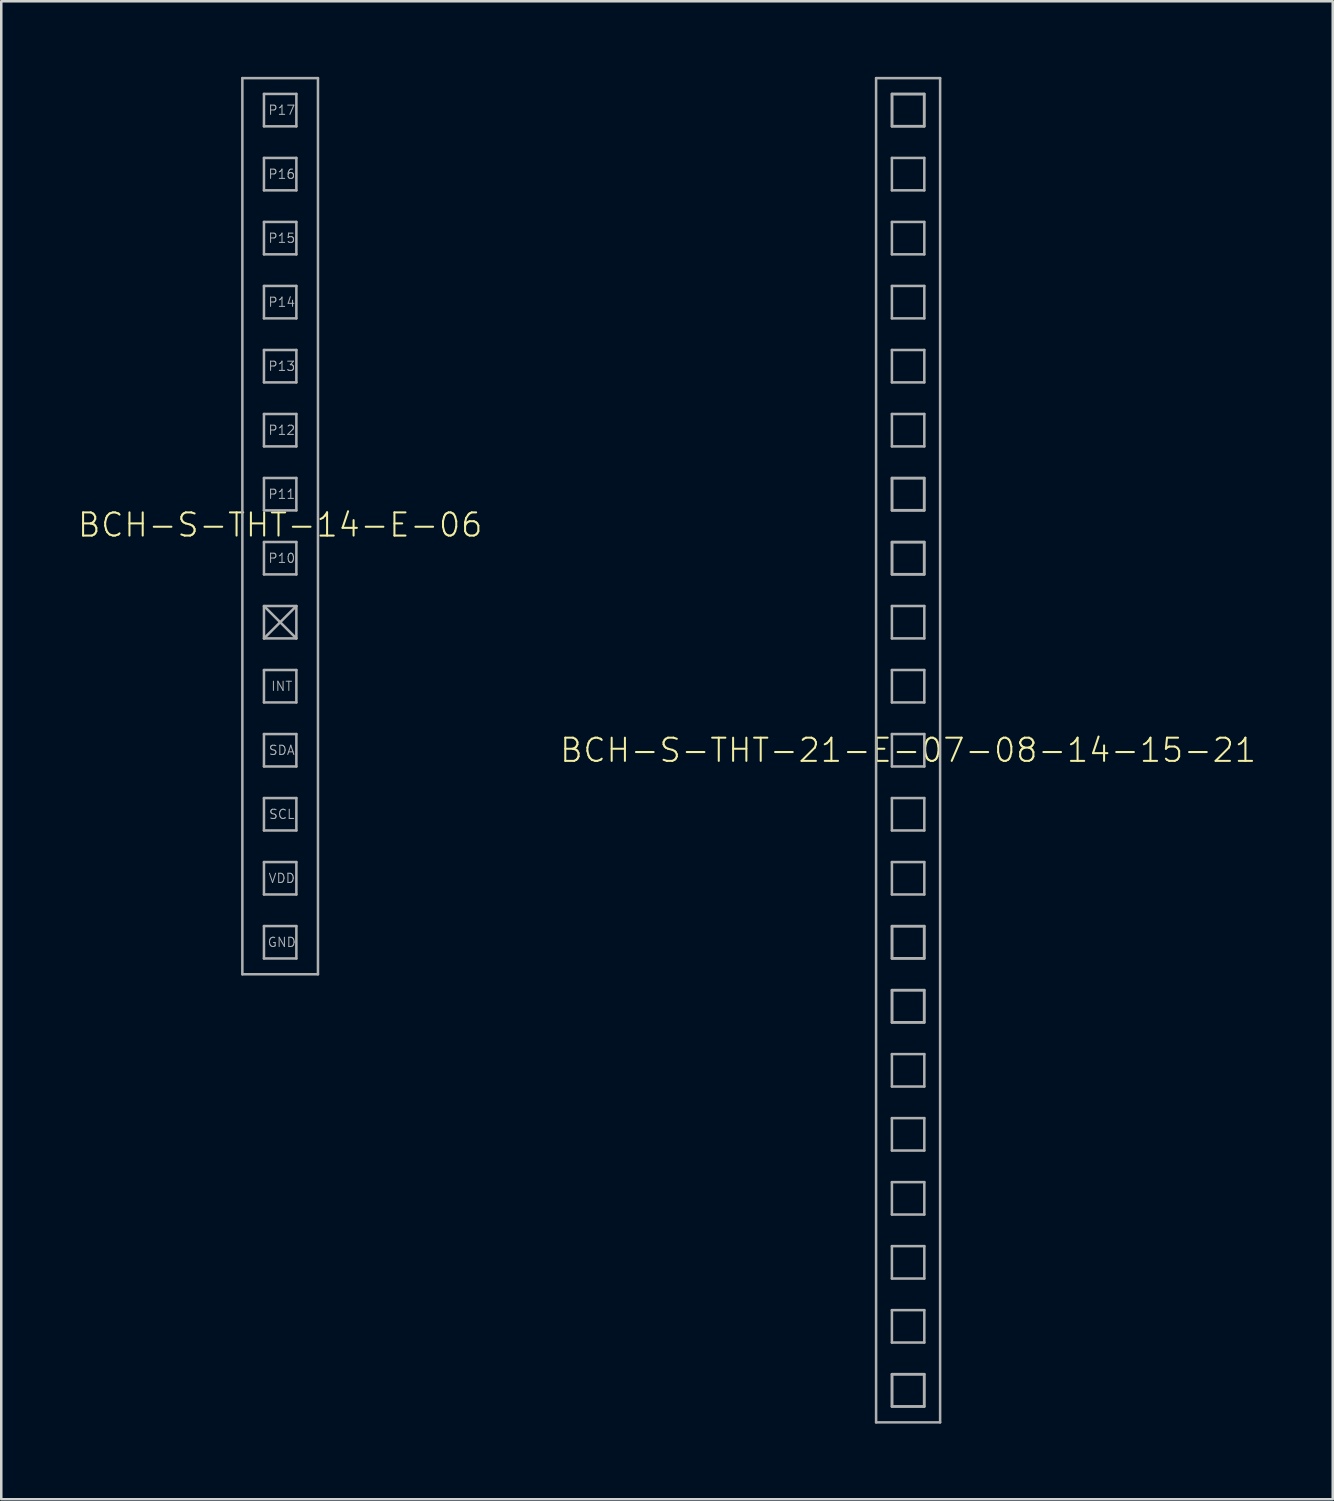
<source format=kicad_pcb>
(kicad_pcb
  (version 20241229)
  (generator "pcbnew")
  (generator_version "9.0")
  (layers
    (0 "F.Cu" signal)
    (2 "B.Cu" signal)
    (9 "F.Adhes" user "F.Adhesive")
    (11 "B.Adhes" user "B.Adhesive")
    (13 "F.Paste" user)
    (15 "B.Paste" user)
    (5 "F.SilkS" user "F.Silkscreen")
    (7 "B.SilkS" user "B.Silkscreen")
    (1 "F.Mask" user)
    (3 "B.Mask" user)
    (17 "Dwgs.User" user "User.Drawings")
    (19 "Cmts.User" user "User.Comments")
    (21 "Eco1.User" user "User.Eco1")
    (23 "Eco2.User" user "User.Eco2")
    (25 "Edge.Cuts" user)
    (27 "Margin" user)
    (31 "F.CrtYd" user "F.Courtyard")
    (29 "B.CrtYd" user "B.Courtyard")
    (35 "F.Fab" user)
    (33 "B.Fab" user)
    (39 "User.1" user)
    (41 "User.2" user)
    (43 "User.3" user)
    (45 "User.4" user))
  (footprint "BCH-S-THT-21-E-07-08-14-15-21"
    (layer "F.Cu")
    (at 32.984 26.72)
    (property "Reference" "BCH-S-THT-21-E-07-08-14-15-21" (at 0 0 0) (unlocked yes) (layer "F.SilkS") (effects (font (size 0.92 0.92) (thickness 0.08))))
    (fp_line (start -1.27 -26.67) (end -1.27 26.67) (stroke (width 0.1) (type solid)) (layer "F.Fab"))
    (fp_line (start -1.27 -26.67) (end 1.27 -26.67) (stroke (width 0.1) (type solid)) (layer "F.Fab"))
    (fp_line (start -1.27 26.67) (end 1.27 26.67) (stroke (width 0.1) (type solid)) (layer "F.Fab"))
    (fp_line (start -0.643 -26.043) (end -0.643 -24.757) (stroke (width 0.1) (type solid)) (layer "F.Fab"))
    (fp_line (start -0.643 -24.757) (end 0.643 -24.757) (stroke (width 0.1) (type solid)) (layer "F.Fab"))
    (fp_line (start -0.643 -23.503) (end 0.643 -23.503) (stroke (width 0.1) (type solid)) (layer "F.Fab"))
    (fp_line (start -0.643 -22.217) (end -0.643 -23.503) (stroke (width 0.1) (type solid)) (layer "F.Fab"))
    (fp_line (start -0.643 -20.963) (end 0.643 -20.963) (stroke (width 0.1) (type solid)) (layer "F.Fab"))
    (fp_line (start -0.643 -19.677) (end -0.643 -20.963) (stroke (width 0.1) (type solid)) (layer "F.Fab"))
    (fp_line (start -0.643 -18.423) (end 0.643 -18.423) (stroke (width 0.1) (type solid)) (layer "F.Fab"))
    (fp_line (start -0.643 -17.137) (end -0.643 -18.423) (stroke (width 0.1) (type solid)) (layer "F.Fab"))
    (fp_line (start -0.643 -15.883) (end 0.643 -15.883) (stroke (width 0.1) (type solid)) (layer "F.Fab"))
    (fp_line (start -0.643 -14.597) (end -0.643 -15.883) (stroke (width 0.1) (type solid)) (layer "F.Fab"))
    (fp_line (start -0.643 -13.343) (end 0.643 -13.343) (stroke (width 0.1) (type solid)) (layer "F.Fab"))
    (fp_line (start -0.643 -12.057) (end -0.643 -13.343) (stroke (width 0.1) (type solid)) (layer "F.Fab"))
    (fp_line (start -0.643 -10.803) (end -0.643 -9.517) (stroke (width 0.1) (type solid)) (layer "F.Fab"))
    (fp_line (start -0.643 -9.517) (end 0.643 -9.517) (stroke (width 0.1) (type solid)) (layer "F.Fab"))
    (fp_line (start -0.643 -8.263) (end -0.643 -6.977) (stroke (width 0.1) (type solid)) (layer "F.Fab"))
    (fp_line (start -0.643 -6.977) (end 0.643 -6.977) (stroke (width 0.1) (type solid)) (layer "F.Fab"))
    (fp_line (start -0.643 -5.723) (end -0.643 -4.437) (stroke (width 0.1) (type solid)) (layer "F.Fab"))
    (fp_line (start -0.643 -4.437) (end 0.643 -4.437) (stroke (width 0.1) (type solid)) (layer "F.Fab"))
    (fp_line (start -0.643 -3.183) (end -0.643 -1.897) (stroke (width 0.1) (type solid)) (layer "F.Fab"))
    (fp_line (start -0.643 -1.897) (end 0.643 -1.897) (stroke (width 0.1) (type solid)) (layer "F.Fab"))
    (fp_line (start -0.643 -0.643) (end -0.643 0.643) (stroke (width 0.1) (type solid)) (layer "F.Fab"))
    (fp_line (start -0.643 0.643) (end 0.643 0.643) (stroke (width 0.1) (type solid)) (layer "F.Fab"))
    (fp_line (start -0.643 1.897) (end -0.643 3.183) (stroke (width 0.1) (type solid)) (layer "F.Fab"))
    (fp_line (start -0.643 3.183) (end 0.643 3.183) (stroke (width 0.1) (type solid)) (layer "F.Fab"))
    (fp_line (start -0.643 4.437) (end -0.643 5.723) (stroke (width 0.1) (type solid)) (layer "F.Fab"))
    (fp_line (start -0.643 5.723) (end 0.643 5.723) (stroke (width 0.1) (type solid)) (layer "F.Fab"))
    (fp_line (start -0.643 6.977) (end -0.643 8.263) (stroke (width 0.1) (type solid)) (layer "F.Fab"))
    (fp_line (start -0.643 8.263) (end 0.643 8.263) (stroke (width 0.1) (type solid)) (layer "F.Fab"))
    (fp_line (start -0.643 9.517) (end -0.643 10.803) (stroke (width 0.1) (type solid)) (layer "F.Fab"))
    (fp_line (start -0.643 10.803) (end 0.643 10.803) (stroke (width 0.1) (type solid)) (layer "F.Fab"))
    (fp_line (start -0.643 12.057) (end -0.643 13.343) (stroke (width 0.1) (type solid)) (layer "F.Fab"))
    (fp_line (start -0.643 13.343) (end 0.643 13.343) (stroke (width 0.1) (type solid)) (layer "F.Fab"))
    (fp_line (start -0.643 14.597) (end -0.643 15.883) (stroke (width 0.1) (type solid)) (layer "F.Fab"))
    (fp_line (start -0.643 15.883) (end 0.643 15.883) (stroke (width 0.1) (type solid)) (layer "F.Fab"))
    (fp_line (start -0.643 17.137) (end -0.643 18.423) (stroke (width 0.1) (type solid)) (layer "F.Fab"))
    (fp_line (start -0.643 18.423) (end 0.643 18.423) (stroke (width 0.1) (type solid)) (layer "F.Fab"))
    (fp_line (start -0.643 19.677) (end -0.643 20.963) (stroke (width 0.1) (type solid)) (layer "F.Fab"))
    (fp_line (start -0.643 20.963) (end 0.643 20.963) (stroke (width 0.1) (type solid)) (layer "F.Fab"))
    (fp_line (start -0.643 22.217) (end -0.643 23.503) (stroke (width 0.1) (type solid)) (layer "F.Fab"))
    (fp_line (start -0.643 23.503) (end 0.643 23.503) (stroke (width 0.1) (type solid)) (layer "F.Fab"))
    (fp_line (start -0.643 24.757) (end -0.643 26.043) (stroke (width 0.1) (type solid)) (layer "F.Fab"))
    (fp_line (start -0.643 26.043) (end 0.643 26.043) (stroke (width 0.1) (type solid)) (layer "F.Fab"))
    (fp_line (start 0.643 -26.043) (end -0.643 -26.043) (stroke (width 0.1) (type solid)) (layer "F.Fab"))
    (fp_line (start 0.643 -24.757) (end 0.643 -26.043) (stroke (width 0.1) (type solid)) (layer "F.Fab"))
    (fp_line (start 0.643 -23.503) (end 0.643 -22.217) (stroke (width 0.1) (type solid)) (layer "F.Fab"))
    (fp_line (start 0.643 -22.217) (end -0.643 -22.217) (stroke (width 0.1) (type solid)) (layer "F.Fab"))
    (fp_line (start 0.643 -20.963) (end 0.643 -19.677) (stroke (width 0.1) (type solid)) (layer "F.Fab"))
    (fp_line (start 0.643 -19.677) (end -0.643 -19.677) (stroke (width 0.1) (type solid)) (layer "F.Fab"))
    (fp_line (start 0.643 -18.423) (end 0.643 -17.137) (stroke (width 0.1) (type solid)) (layer "F.Fab"))
    (fp_line (start 0.643 -17.137) (end -0.643 -17.137) (stroke (width 0.1) (type solid)) (layer "F.Fab"))
    (fp_line (start 0.643 -15.883) (end 0.643 -14.597) (stroke (width 0.1) (type solid)) (layer "F.Fab"))
    (fp_line (start 0.643 -14.597) (end -0.643 -14.597) (stroke (width 0.1) (type solid)) (layer "F.Fab"))
    (fp_line (start 0.643 -13.343) (end 0.643 -12.057) (stroke (width 0.1) (type solid)) (layer "F.Fab"))
    (fp_line (start 0.643 -12.057) (end -0.643 -12.057) (stroke (width 0.1) (type solid)) (layer "F.Fab"))
    (fp_line (start 0.643 -10.803) (end -0.643 -10.803) (stroke (width 0.1) (type solid)) (layer "F.Fab"))
    (fp_line (start 0.643 -9.517) (end 0.643 -10.803) (stroke (width 0.1) (type solid)) (layer "F.Fab"))
    (fp_line (start 0.643 -8.263) (end -0.643 -8.263) (stroke (width 0.1) (type solid)) (layer "F.Fab"))
    (fp_line (start 0.643 -6.977) (end 0.643 -8.263) (stroke (width 0.1) (type solid)) (layer "F.Fab"))
    (fp_line (start 0.643 -5.723) (end -0.643 -5.723) (stroke (width 0.1) (type solid)) (layer "F.Fab"))
    (fp_line (start 0.643 -4.437) (end 0.643 -5.723) (stroke (width 0.1) (type solid)) (layer "F.Fab"))
    (fp_line (start 0.643 -3.183) (end -0.643 -3.183) (stroke (width 0.1) (type solid)) (layer "F.Fab"))
    (fp_line (start 0.643 -1.897) (end 0.643 -3.183) (stroke (width 0.1) (type solid)) (layer "F.Fab"))
    (fp_line (start 0.643 -0.643) (end -0.643 -0.643) (stroke (width 0.1) (type solid)) (layer "F.Fab"))
    (fp_line (start 0.643 0.643) (end 0.643 -0.643) (stroke (width 0.1) (type solid)) (layer "F.Fab"))
    (fp_line (start 0.643 1.897) (end -0.643 1.897) (stroke (width 0.1) (type solid)) (layer "F.Fab"))
    (fp_line (start 0.643 3.183) (end 0.643 1.897) (stroke (width 0.1) (type solid)) (layer "F.Fab"))
    (fp_line (start 0.643 4.437) (end -0.643 4.437) (stroke (width 0.1) (type solid)) (layer "F.Fab"))
    (fp_line (start 0.643 5.723) (end 0.643 4.437) (stroke (width 0.1) (type solid)) (layer "F.Fab"))
    (fp_line (start 0.643 6.977) (end -0.643 6.977) (stroke (width 0.1) (type solid)) (layer "F.Fab"))
    (fp_line (start 0.643 8.263) (end 0.643 6.977) (stroke (width 0.1) (type solid)) (layer "F.Fab"))
    (fp_line (start 0.643 9.517) (end -0.643 9.517) (stroke (width 0.1) (type solid)) (layer "F.Fab"))
    (fp_line (start 0.643 10.803) (end 0.643 9.517) (stroke (width 0.1) (type solid)) (layer "F.Fab"))
    (fp_line (start 0.643 12.057) (end -0.643 12.057) (stroke (width 0.1) (type solid)) (layer "F.Fab"))
    (fp_line (start 0.643 13.343) (end 0.643 12.057) (stroke (width 0.1) (type solid)) (layer "F.Fab"))
    (fp_line (start 0.643 14.597) (end -0.643 14.597) (stroke (width 0.1) (type solid)) (layer "F.Fab"))
    (fp_line (start 0.643 15.883) (end 0.643 14.597) (stroke (width 0.1) (type solid)) (layer "F.Fab"))
    (fp_line (start 0.643 17.137) (end -0.643 17.137) (stroke (width 0.1) (type solid)) (layer "F.Fab"))
    (fp_line (start 0.643 18.423) (end 0.643 17.137) (stroke (width 0.1) (type solid)) (layer "F.Fab"))
    (fp_line (start 0.643 19.677) (end -0.643 19.677) (stroke (width 0.1) (type solid)) (layer "F.Fab"))
    (fp_line (start 0.643 20.963) (end 0.643 19.677) (stroke (width 0.1) (type solid)) (layer "F.Fab"))
    (fp_line (start 0.643 22.217) (end -0.643 22.217) (stroke (width 0.1) (type solid)) (layer "F.Fab"))
    (fp_line (start 0.643 23.503) (end 0.643 22.217) (stroke (width 0.1) (type solid)) (layer "F.Fab"))
    (fp_line (start 0.643 24.757) (end -0.643 24.757) (stroke (width 0.1) (type solid)) (layer "F.Fab"))
    (fp_line (start 0.643 26.043) (end 0.643 24.757) (stroke (width 0.1) (type solid)) (layer "F.Fab"))
    (fp_line (start 1.27 26.67) (end 1.27 -26.67) (stroke (width 0.1) (type solid)) (layer "F.Fab"))
    (fp_poly (pts (xy -0.635 -24.765) (xy 0.635 -24.765) (xy 0.635 -26.035) (xy -0.635 -26.035)) (stroke (width 0.1) (type default)) (fill no) (layer "F.Fab"))
    (fp_poly (pts (xy -0.635 -9.525) (xy 0.635 -9.525) (xy 0.635 -10.795) (xy -0.635 -10.795)) (stroke (width 0.1) (type default)) (fill no) (layer "F.Fab"))
    (fp_poly (pts (xy -0.635 -6.985) (xy 0.635 -6.985) (xy 0.635 -8.255) (xy -0.635 -8.255)) (stroke (width 0.1) (type default)) (fill no) (layer "F.Fab"))
    (fp_poly (pts (xy -0.635 8.255) (xy 0.635 8.255) (xy 0.635 6.985) (xy -0.635 6.985)) (stroke (width 0.1) (type default)) (fill no) (layer "F.Fab"))
    (fp_poly (pts (xy -0.635 10.795) (xy 0.635 10.795) (xy 0.635 9.525) (xy -0.635 9.525)) (stroke (width 0.1) (type default)) (fill no) (layer "F.Fab"))
    (fp_poly (pts (xy -0.635 26.035) (xy 0.635 26.035) (xy 0.635 24.765) (xy -0.635 24.765)) (stroke (width 0.1) (type default)) (fill no) (layer "F.Fab")))
  (footprint "BCH-S-THT-14-E-06"
    (layer "F.Cu")
    (at 8.067 17.83)
    (property "Reference" "BCH-S-THT-14-E-06" (at 0 -0.05 0) (unlocked yes) (layer "F.SilkS") (effects (font (size 0.92 0.92) (thickness 0.08))))
    (fp_line (start -1.5 -17.78) (end -1.5 17.78) (stroke (width 0.1) (type solid)) (layer "F.Fab"))
    (fp_line (start -1.5 17.78) (end 1.5 17.78) (stroke (width 0.1) (type solid)) (layer "F.Fab"))
    (fp_line (start -0.643 -17.153) (end -0.643 -15.867) (stroke (width 0.1) (type solid)) (layer "F.Fab"))
    (fp_line (start -0.643 -15.867) (end 0.643 -15.867) (stroke (width 0.1) (type solid)) (layer "F.Fab"))
    (fp_line (start -0.643 -14.613) (end -0.643 -13.327) (stroke (width 0.1) (type solid)) (layer "F.Fab"))
    (fp_line (start -0.643 -13.327) (end 0.643 -13.327) (stroke (width 0.1) (type solid)) (layer "F.Fab"))
    (fp_line (start -0.643 -12.073) (end -0.643 -10.787) (stroke (width 0.1) (type solid)) (layer "F.Fab"))
    (fp_line (start -0.643 -10.787) (end 0.643 -10.787) (stroke (width 0.1) (type solid)) (layer "F.Fab"))
    (fp_line (start -0.643 -9.533) (end -0.643 -8.247) (stroke (width 0.1) (type solid)) (layer "F.Fab"))
    (fp_line (start -0.643 -8.247) (end 0.643 -8.247) (stroke (width 0.1) (type solid)) (layer "F.Fab"))
    (fp_line (start -0.643 -6.993) (end -0.643 -5.707) (stroke (width 0.1) (type solid)) (layer "F.Fab"))
    (fp_line (start -0.643 -5.707) (end 0.643 -5.707) (stroke (width 0.1) (type solid)) (layer "F.Fab"))
    (fp_line (start -0.643 -4.453) (end -0.643 -3.167) (stroke (width 0.1) (type solid)) (layer "F.Fab"))
    (fp_line (start -0.643 -3.167) (end 0.643 -3.167) (stroke (width 0.1) (type solid)) (layer "F.Fab"))
    (fp_line (start -0.643 -1.913) (end -0.643 -0.627) (stroke (width 0.1) (type solid)) (layer "F.Fab"))
    (fp_line (start -0.643 -0.627) (end 0.643 -0.627) (stroke (width 0.1) (type solid)) (layer "F.Fab"))
    (fp_line (start -0.643 0.627) (end -0.643 1.913) (stroke (width 0.1) (type solid)) (layer "F.Fab"))
    (fp_line (start -0.643 1.913) (end 0.643 1.913) (stroke (width 0.1) (type solid)) (layer "F.Fab"))
    (fp_line (start -0.643 3.167) (end -0.643 4.453) (stroke (width 0.1) (type solid)) (layer "F.Fab"))
    (fp_line (start -0.643 4.453) (end 0.643 4.453) (stroke (width 0.1) (type solid)) (layer "F.Fab"))
    (fp_line (start -0.643 5.707) (end -0.643 6.993) (stroke (width 0.1) (type solid)) (layer "F.Fab"))
    (fp_line (start -0.643 6.993) (end 0.643 6.993) (stroke (width 0.1) (type solid)) (layer "F.Fab"))
    (fp_line (start -0.643 8.247) (end -0.643 9.533) (stroke (width 0.1) (type solid)) (layer "F.Fab"))
    (fp_line (start -0.643 9.533) (end 0.643 9.533) (stroke (width 0.1) (type solid)) (layer "F.Fab"))
    (fp_line (start -0.643 10.787) (end -0.643 12.073) (stroke (width 0.1) (type solid)) (layer "F.Fab"))
    (fp_line (start -0.643 12.073) (end 0.643 12.073) (stroke (width 0.1) (type solid)) (layer "F.Fab"))
    (fp_line (start -0.643 13.327) (end -0.643 14.613) (stroke (width 0.1) (type solid)) (layer "F.Fab"))
    (fp_line (start -0.643 14.613) (end 0.643 14.613) (stroke (width 0.1) (type solid)) (layer "F.Fab"))
    (fp_line (start -0.643 15.867) (end -0.643 17.153) (stroke (width 0.1) (type solid)) (layer "F.Fab"))
    (fp_line (start -0.643 17.153) (end 0.643 17.153) (stroke (width 0.1) (type solid)) (layer "F.Fab"))
    (fp_line (start -0.635 3.175) (end 0.635 4.445) (stroke (width 0.1) (type solid)) (layer "F.Fab"))
    (fp_line (start -0.635 4.445) (end 0.635 3.175) (stroke (width 0.1) (type solid)) (layer "F.Fab"))
    (fp_line (start 0.643 -17.153) (end -0.643 -17.153) (stroke (width 0.1) (type solid)) (layer "F.Fab"))
    (fp_line (start 0.643 -15.867) (end 0.643 -17.153) (stroke (width 0.1) (type solid)) (layer "F.Fab"))
    (fp_line (start 0.643 -14.613) (end -0.643 -14.613) (stroke (width 0.1) (type solid)) (layer "F.Fab"))
    (fp_line (start 0.643 -13.327) (end 0.643 -14.613) (stroke (width 0.1) (type solid)) (layer "F.Fab"))
    (fp_line (start 0.643 -12.073) (end -0.643 -12.073) (stroke (width 0.1) (type solid)) (layer "F.Fab"))
    (fp_line (start 0.643 -10.787) (end 0.643 -12.073) (stroke (width 0.1) (type solid)) (layer "F.Fab"))
    (fp_line (start 0.643 -9.533) (end -0.643 -9.533) (stroke (width 0.1) (type solid)) (layer "F.Fab"))
    (fp_line (start 0.643 -8.247) (end 0.643 -9.533) (stroke (width 0.1) (type solid)) (layer "F.Fab"))
    (fp_line (start 0.643 -6.993) (end -0.643 -6.993) (stroke (width 0.1) (type solid)) (layer "F.Fab"))
    (fp_line (start 0.643 -5.707) (end 0.643 -6.993) (stroke (width 0.1) (type solid)) (layer "F.Fab"))
    (fp_line (start 0.643 -4.453) (end -0.643 -4.453) (stroke (width 0.1) (type solid)) (layer "F.Fab"))
    (fp_line (start 0.643 -3.167) (end 0.643 -4.453) (stroke (width 0.1) (type solid)) (layer "F.Fab"))
    (fp_line (start 0.643 -1.913) (end -0.643 -1.913) (stroke (width 0.1) (type solid)) (layer "F.Fab"))
    (fp_line (start 0.643 -0.627) (end 0.643 -1.913) (stroke (width 0.1) (type solid)) (layer "F.Fab"))
    (fp_line (start 0.643 0.627) (end -0.643 0.627) (stroke (width 0.1) (type solid)) (layer "F.Fab"))
    (fp_line (start 0.643 1.913) (end 0.643 0.627) (stroke (width 0.1) (type solid)) (layer "F.Fab"))
    (fp_line (start 0.643 3.167) (end -0.643 3.167) (stroke (width 0.1) (type solid)) (layer "F.Fab"))
    (fp_line (start 0.643 4.453) (end 0.643 3.167) (stroke (width 0.1) (type solid)) (layer "F.Fab"))
    (fp_line (start 0.643 5.707) (end -0.643 5.707) (stroke (width 0.1) (type solid)) (layer "F.Fab"))
    (fp_line (start 0.643 6.993) (end 0.643 5.707) (stroke (width 0.1) (type solid)) (layer "F.Fab"))
    (fp_line (start 0.643 8.247) (end -0.643 8.247) (stroke (width 0.1) (type solid)) (layer "F.Fab"))
    (fp_line (start 0.643 9.533) (end 0.643 8.247) (stroke (width 0.1) (type solid)) (layer "F.Fab"))
    (fp_line (start 0.643 10.787) (end -0.643 10.787) (stroke (width 0.1) (type solid)) (layer "F.Fab"))
    (fp_line (start 0.643 12.073) (end 0.643 10.787) (stroke (width 0.1) (type solid)) (layer "F.Fab"))
    (fp_line (start 0.643 13.327) (end -0.643 13.327) (stroke (width 0.1) (type solid)) (layer "F.Fab"))
    (fp_line (start 0.643 14.613) (end 0.643 13.327) (stroke (width 0.1) (type solid)) (layer "F.Fab"))
    (fp_line (start 0.643 15.867) (end -0.643 15.867) (stroke (width 0.1) (type solid)) (layer "F.Fab"))
    (fp_line (start 0.643 17.153) (end 0.643 15.867) (stroke (width 0.1) (type solid)) (layer "F.Fab"))
    (fp_line (start 1.5 -17.78) (end -1.5 -17.78) (stroke (width 0.1) (type solid)) (layer "F.Fab"))
    (fp_line (start 1.5 17.78) (end 1.5 -17.78) (stroke (width 0.1) (type solid)) (layer "F.Fab"))
    (fp_text user "P13" (at 0.064 -6.35 0) (layer "F.Fab") (effects (font (size 0.366 0.366) (thickness 0.041))))
    (fp_text user "INT" (at 0.064 6.35 0) (layer "F.Fab") (effects (font (size 0.366 0.366) (thickness 0.041))))
    (fp_text user "VDD" (at 0.064 13.97 0) (layer "F.Fab") (effects (font (size 0.366 0.366) (thickness 0.041))))
    (fp_text user "P10" (at 0.064 1.27 0) (layer "F.Fab") (effects (font (size 0.366 0.366) (thickness 0.041))))
    (fp_text user "P15" (at 0.064 -11.43 0) (layer "F.Fab") (effects (font (size 0.366 0.366) (thickness 0.041))))
    (fp_text user "P16" (at 0.064 -13.97 0) (layer "F.Fab") (effects (font (size 0.366 0.366) (thickness 0.041))))
    (fp_text user "P11" (at 0.064 -1.27 0) (layer "F.Fab") (effects (font (size 0.366 0.366) (thickness 0.041))))
    (fp_text user "SCL" (at 0.064 11.43 0) (layer "F.Fab") (effects (font (size 0.366 0.366) (thickness 0.041))))
    (fp_text user "P17" (at 0.064 -16.51 0) (layer "F.Fab") (effects (font (size 0.366 0.366) (thickness 0.041))))
    (fp_text user "GND" (at 0.064 16.51 0) (layer "F.Fab") (effects (font (size 0.366 0.366) (thickness 0.041))))
    (fp_text user "SDA" (at 0.064 8.89 0) (layer "F.Fab") (effects (font (size 0.366 0.366) (thickness 0.041))))
    (fp_text user "P12" (at 0.064 -3.81 0) (layer "F.Fab") (effects (font (size 0.366 0.366) (thickness 0.041))))
    (fp_text user "P14" (at 0.064 -8.89 0) (layer "F.Fab") (effects (font (size 0.366 0.366) (thickness 0.041)))))
  (gr_rect
    (start -3 -3)
    (end 49.834 56.44)
    (stroke (width 0.1) (type default))
    (fill no)
    (layer "Edge.Cuts")))
</source>
